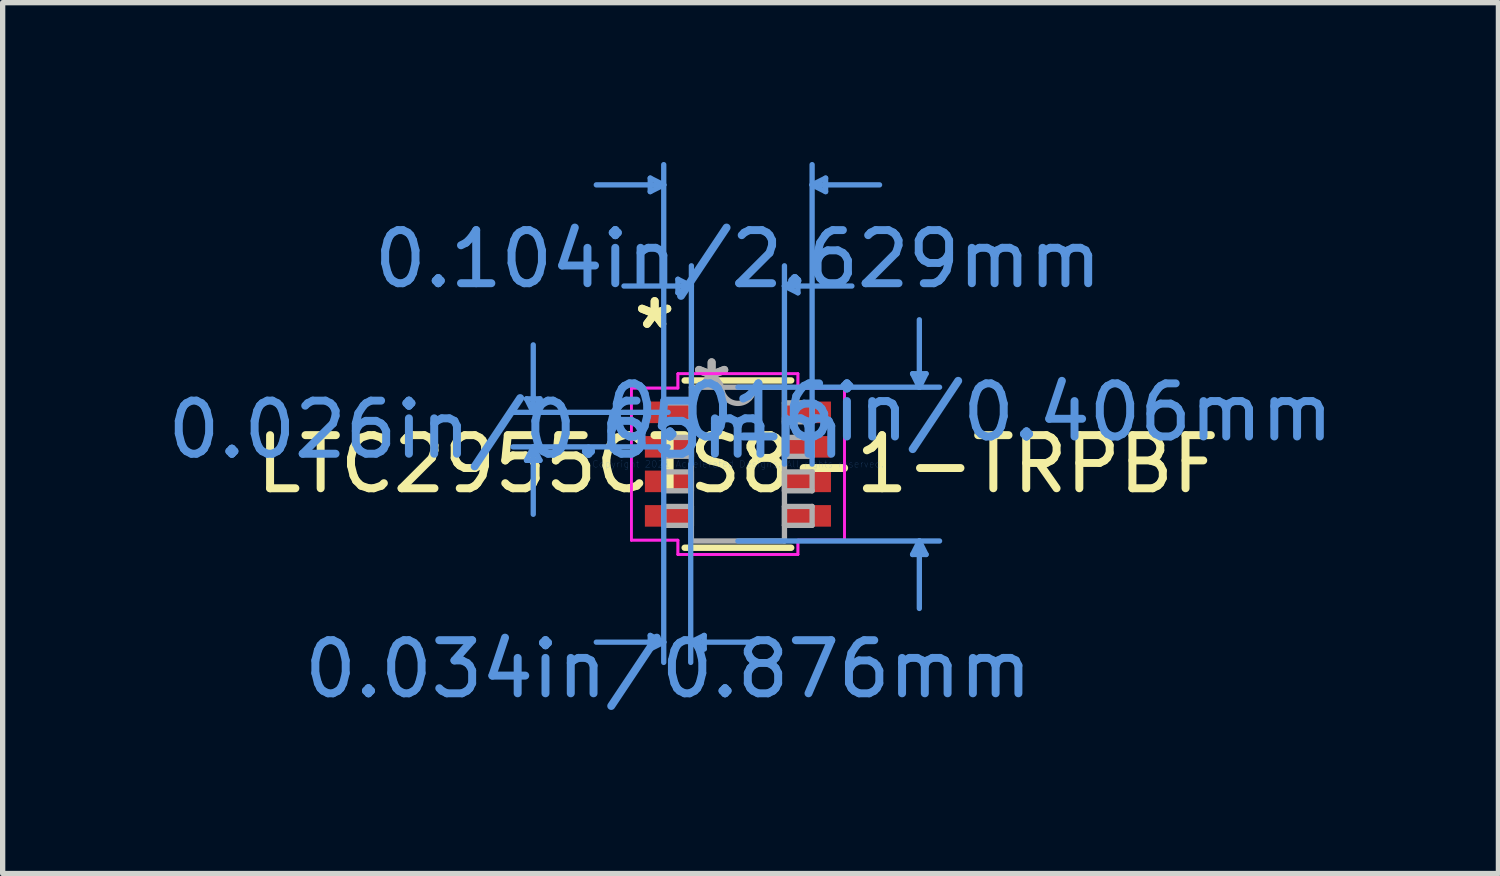
<source format=kicad_pcb>
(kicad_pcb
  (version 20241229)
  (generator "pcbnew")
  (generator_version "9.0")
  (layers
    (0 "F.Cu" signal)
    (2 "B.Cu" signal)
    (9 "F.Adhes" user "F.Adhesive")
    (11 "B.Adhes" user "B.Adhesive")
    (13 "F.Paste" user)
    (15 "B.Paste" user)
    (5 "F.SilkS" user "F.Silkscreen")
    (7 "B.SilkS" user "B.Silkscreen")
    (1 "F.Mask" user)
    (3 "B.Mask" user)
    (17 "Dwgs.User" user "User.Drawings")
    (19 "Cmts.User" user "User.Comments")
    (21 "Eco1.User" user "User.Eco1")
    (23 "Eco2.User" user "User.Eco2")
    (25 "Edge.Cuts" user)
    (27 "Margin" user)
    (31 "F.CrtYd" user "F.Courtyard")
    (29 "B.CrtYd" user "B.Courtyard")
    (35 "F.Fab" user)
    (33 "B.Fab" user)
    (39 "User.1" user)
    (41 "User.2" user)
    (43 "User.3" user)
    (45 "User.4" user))
  (footprint "LTC2955CTS8-1-TRPBF"
    (layer "F.Cu")
    (at 10.845 5.689)
    (property "Reference" "LTC2955CTS8-1-TRPBF" (at 0 0 0) (layer "F.SilkS") (effects (font (size 1 1) (thickness 0.15))))
    (attr through_hole)
    (fp_line (start -1.003 1.575) (end 1.003 1.575) (stroke (width 0.12) (type solid)) (layer "F.SilkS"))
    (fp_line (start 1.003 -1.575) (end -1.003 -1.575) (stroke (width 0.12) (type solid)) (layer "F.SilkS"))
    (fp_line (start -3.981 -1.229) (end -3.727 -1.229) (stroke (width 0.1) (type solid)) (layer "Cmts.User"))
    (fp_line (start -3.981 -0.071) (end -3.727 -0.071) (stroke (width 0.1) (type solid)) (layer "Cmts.User"))
    (fp_line (start -3.854 -0.975) (end -3.981 -1.229) (stroke (width 0.1) (type solid)) (layer "Cmts.User"))
    (fp_line (start -3.854 -0.975) (end -3.854 -2.245) (stroke (width 0.1) (type solid)) (layer "Cmts.User"))
    (fp_line (start -3.854 -0.975) (end -3.727 -1.229) (stroke (width 0.1) (type solid)) (layer "Cmts.User"))
    (fp_line (start -3.854 -0.325) (end -3.981 -0.071) (stroke (width 0.1) (type solid)) (layer "Cmts.User"))
    (fp_line (start -3.854 -0.325) (end -3.854 0.945) (stroke (width 0.1) (type solid)) (layer "Cmts.User"))
    (fp_line (start -3.854 -0.325) (end -3.727 -0.071) (stroke (width 0.1) (type solid)) (layer "Cmts.User"))
    (fp_line (start -1.651 -5.385) (end -1.651 -5.131) (stroke (width 0.1) (type solid)) (layer "Cmts.User"))
    (fp_line (start -1.651 3.226) (end -1.651 3.48) (stroke (width 0.1) (type solid)) (layer "Cmts.User"))
    (fp_line (start -1.397 -5.258) (end -2.667 -5.258) (stroke (width 0.1) (type solid)) (layer "Cmts.User"))
    (fp_line (start -1.397 -5.258) (end -1.651 -5.385) (stroke (width 0.1) (type solid)) (layer "Cmts.User"))
    (fp_line (start -1.397 -5.258) (end -1.651 -5.131) (stroke (width 0.1) (type solid)) (layer "Cmts.User"))
    (fp_line (start -1.397 0) (end -1.397 -5.639) (stroke (width 0.1) (type solid)) (layer "Cmts.User"))
    (fp_line (start -1.397 0) (end -1.397 3.734) (stroke (width 0.1) (type solid)) (layer "Cmts.User"))
    (fp_line (start -1.397 3.353) (end -2.667 3.353) (stroke (width 0.1) (type solid)) (layer "Cmts.User"))
    (fp_line (start -1.397 3.353) (end -1.651 3.226) (stroke (width 0.1) (type solid)) (layer "Cmts.User"))
    (fp_line (start -1.397 3.353) (end -1.651 3.48) (stroke (width 0.1) (type solid)) (layer "Cmts.User"))
    (fp_line (start -1.314 -0.975) (end -4.235 -0.975) (stroke (width 0.1) (type solid)) (layer "Cmts.User"))
    (fp_line (start -1.314 -0.325) (end -4.235 -0.325) (stroke (width 0.1) (type solid)) (layer "Cmts.User"))
    (fp_line (start -1.13 -3.48) (end -1.13 -3.226) (stroke (width 0.1) (type solid)) (layer "Cmts.User"))
    (fp_line (start -0.889 0) (end -0.889 3.734) (stroke (width 0.1) (type solid)) (layer "Cmts.User"))
    (fp_line (start -0.889 3.353) (end -0.635 3.226) (stroke (width 0.1) (type solid)) (layer "Cmts.User"))
    (fp_line (start -0.889 3.353) (end -0.635 3.48) (stroke (width 0.1) (type solid)) (layer "Cmts.User"))
    (fp_line (start -0.889 3.353) (end 0.381 3.353) (stroke (width 0.1) (type solid)) (layer "Cmts.User"))
    (fp_line (start -0.876 -3.353) (end -2.146 -3.353) (stroke (width 0.1) (type solid)) (layer "Cmts.User"))
    (fp_line (start -0.876 -3.353) (end -1.13 -3.48) (stroke (width 0.1) (type solid)) (layer "Cmts.User"))
    (fp_line (start -0.876 -3.353) (end -1.13 -3.226) (stroke (width 0.1) (type solid)) (layer "Cmts.User"))
    (fp_line (start -0.876 0) (end -0.876 -3.734) (stroke (width 0.1) (type solid)) (layer "Cmts.User"))
    (fp_line (start -0.635 3.226) (end -0.635 3.48) (stroke (width 0.1) (type solid)) (layer "Cmts.User"))
    (fp_line (start 0 -1.448) (end 3.797 -1.448) (stroke (width 0.1) (type solid)) (layer "Cmts.User"))
    (fp_line (start 0 1.448) (end 3.797 1.448) (stroke (width 0.1) (type solid)) (layer "Cmts.User"))
    (fp_line (start 0.876 -3.353) (end 1.13 -3.48) (stroke (width 0.1) (type solid)) (layer "Cmts.User"))
    (fp_line (start 0.876 -3.353) (end 1.13 -3.226) (stroke (width 0.1) (type solid)) (layer "Cmts.User"))
    (fp_line (start 0.876 -3.353) (end 2.146 -3.353) (stroke (width 0.1) (type solid)) (layer "Cmts.User"))
    (fp_line (start 0.876 0) (end 0.876 -3.734) (stroke (width 0.1) (type solid)) (layer "Cmts.User"))
    (fp_line (start 1.13 -3.48) (end 1.13 -3.226) (stroke (width 0.1) (type solid)) (layer "Cmts.User"))
    (fp_line (start 1.397 -5.258) (end 1.651 -5.385) (stroke (width 0.1) (type solid)) (layer "Cmts.User"))
    (fp_line (start 1.397 -5.258) (end 1.651 -5.131) (stroke (width 0.1) (type solid)) (layer "Cmts.User"))
    (fp_line (start 1.397 -5.258) (end 2.667 -5.258) (stroke (width 0.1) (type solid)) (layer "Cmts.User"))
    (fp_line (start 1.397 0) (end 1.397 -5.639) (stroke (width 0.1) (type solid)) (layer "Cmts.User"))
    (fp_line (start 1.651 -5.385) (end 1.651 -5.131) (stroke (width 0.1) (type solid)) (layer "Cmts.User"))
    (fp_line (start 3.289 -1.702) (end 3.543 -1.702) (stroke (width 0.1) (type solid)) (layer "Cmts.User"))
    (fp_line (start 3.289 1.702) (end 3.543 1.702) (stroke (width 0.1) (type solid)) (layer "Cmts.User"))
    (fp_line (start 3.416 -1.448) (end 3.289 -1.702) (stroke (width 0.1) (type solid)) (layer "Cmts.User"))
    (fp_line (start 3.416 -1.448) (end 3.416 -2.718) (stroke (width 0.1) (type solid)) (layer "Cmts.User"))
    (fp_line (start 3.416 -1.448) (end 3.543 -1.702) (stroke (width 0.1) (type solid)) (layer "Cmts.User"))
    (fp_line (start 3.416 1.448) (end 3.289 1.702) (stroke (width 0.1) (type solid)) (layer "Cmts.User"))
    (fp_line (start 3.416 1.448) (end 3.416 2.718) (stroke (width 0.1) (type solid)) (layer "Cmts.User"))
    (fp_line (start 3.416 1.448) (end 3.543 1.702) (stroke (width 0.1) (type solid)) (layer "Cmts.User"))
    (fp_line (start -2.007 -1.432) (end -1.13 -1.432) (stroke (width 0.05) (type solid)) (layer "F.CrtYd"))
    (fp_line (start -2.007 -1.432) (end -1.13 -1.432) (stroke (width 0.05) (type solid)) (layer "F.CrtYd"))
    (fp_line (start -2.007 1.432) (end -2.007 -1.432) (stroke (width 0.05) (type solid)) (layer "F.CrtYd"))
    (fp_line (start -2.007 1.432) (end -2.007 -1.432) (stroke (width 0.05) (type solid)) (layer "F.CrtYd"))
    (fp_line (start -2.007 1.432) (end -1.13 1.432) (stroke (width 0.05) (type solid)) (layer "F.CrtYd"))
    (fp_line (start -1.13 -1.702) (end 1.13 -1.702) (stroke (width 0.05) (type solid)) (layer "F.CrtYd"))
    (fp_line (start -1.13 -1.702) (end 1.13 -1.702) (stroke (width 0.05) (type solid)) (layer "F.CrtYd"))
    (fp_line (start -1.13 -1.432) (end -1.13 -1.702) (stroke (width 0.05) (type solid)) (layer "F.CrtYd"))
    (fp_line (start -1.13 -1.432) (end -1.13 -1.702) (stroke (width 0.05) (type solid)) (layer "F.CrtYd"))
    (fp_line (start -1.13 1.432) (end -2.007 1.432) (stroke (width 0.05) (type solid)) (layer "F.CrtYd"))
    (fp_line (start -1.13 1.702) (end -1.13 1.432) (stroke (width 0.05) (type solid)) (layer "F.CrtYd"))
    (fp_line (start -1.13 1.702) (end -1.13 1.432) (stroke (width 0.05) (type solid)) (layer "F.CrtYd"))
    (fp_line (start 1.13 -1.702) (end 1.13 -1.432) (stroke (width 0.05) (type solid)) (layer "F.CrtYd"))
    (fp_line (start 1.13 -1.702) (end 1.13 -1.432) (stroke (width 0.05) (type solid)) (layer "F.CrtYd"))
    (fp_line (start 1.13 -1.432) (end 2.007 -1.432) (stroke (width 0.05) (type solid)) (layer "F.CrtYd"))
    (fp_line (start 1.13 1.432) (end 1.13 1.702) (stroke (width 0.05) (type solid)) (layer "F.CrtYd"))
    (fp_line (start 1.13 1.432) (end 1.13 1.702) (stroke (width 0.05) (type solid)) (layer "F.CrtYd"))
    (fp_line (start 1.13 1.702) (end -1.13 1.702) (stroke (width 0.05) (type solid)) (layer "F.CrtYd"))
    (fp_line (start 1.13 1.702) (end -1.13 1.702) (stroke (width 0.05) (type solid)) (layer "F.CrtYd"))
    (fp_line (start 2.007 -1.432) (end 1.13 -1.432) (stroke (width 0.05) (type solid)) (layer "F.CrtYd"))
    (fp_line (start 2.007 -1.432) (end 2.007 1.432) (stroke (width 0.05) (type solid)) (layer "F.CrtYd"))
    (fp_line (start 2.007 -1.432) (end 2.007 1.432) (stroke (width 0.05) (type solid)) (layer "F.CrtYd"))
    (fp_line (start 2.007 1.432) (end 1.13 1.432) (stroke (width 0.05) (type solid)) (layer "F.CrtYd"))
    (fp_line (start 2.007 1.432) (end 1.13 1.432) (stroke (width 0.05) (type solid)) (layer "F.CrtYd"))
    (fp_line (start -1.397 -1.153) (end -1.397 -0.797) (stroke (width 0.1) (type solid)) (layer "F.Fab"))
    (fp_line (start -1.397 -0.797) (end -0.876 -0.797) (stroke (width 0.1) (type solid)) (layer "F.Fab"))
    (fp_line (start -1.397 -0.503) (end -1.397 -0.147) (stroke (width 0.1) (type solid)) (layer "F.Fab"))
    (fp_line (start -1.397 -0.147) (end -0.876 -0.147) (stroke (width 0.1) (type solid)) (layer "F.Fab"))
    (fp_line (start -1.397 0.147) (end -1.397 0.503) (stroke (width 0.1) (type solid)) (layer "F.Fab"))
    (fp_line (start -1.397 0.503) (end -0.876 0.503) (stroke (width 0.1) (type solid)) (layer "F.Fab"))
    (fp_line (start -1.397 0.797) (end -1.397 1.153) (stroke (width 0.1) (type solid)) (layer "F.Fab"))
    (fp_line (start -1.397 1.153) (end -0.876 1.153) (stroke (width 0.1) (type solid)) (layer "F.Fab"))
    (fp_line (start -0.876 -1.448) (end -0.876 1.448) (stroke (width 0.1) (type solid)) (layer "F.Fab"))
    (fp_line (start -0.876 -1.153) (end -1.397 -1.153) (stroke (width 0.1) (type solid)) (layer "F.Fab"))
    (fp_line (start -0.876 -0.797) (end -0.876 -1.153) (stroke (width 0.1) (type solid)) (layer "F.Fab"))
    (fp_line (start -0.876 -0.503) (end -1.397 -0.503) (stroke (width 0.1) (type solid)) (layer "F.Fab"))
    (fp_line (start -0.876 -0.147) (end -0.876 -0.503) (stroke (width 0.1) (type solid)) (layer "F.Fab"))
    (fp_line (start -0.876 0.147) (end -1.397 0.147) (stroke (width 0.1) (type solid)) (layer "F.Fab"))
    (fp_line (start -0.876 0.503) (end -0.876 0.147) (stroke (width 0.1) (type solid)) (layer "F.Fab"))
    (fp_line (start -0.876 0.797) (end -1.397 0.797) (stroke (width 0.1) (type solid)) (layer "F.Fab"))
    (fp_line (start -0.876 1.153) (end -0.876 0.797) (stroke (width 0.1) (type solid)) (layer "F.Fab"))
    (fp_line (start -0.876 1.448) (end 0.876 1.448) (stroke (width 0.1) (type solid)) (layer "F.Fab"))
    (fp_line (start 0.876 -1.448) (end -0.876 -1.448) (stroke (width 0.1) (type solid)) (layer "F.Fab"))
    (fp_line (start 0.876 -1.153) (end 0.876 -0.797) (stroke (width 0.1) (type solid)) (layer "F.Fab"))
    (fp_line (start 0.876 -0.797) (end 1.397 -0.797) (stroke (width 0.1) (type solid)) (layer "F.Fab"))
    (fp_line (start 0.876 -0.503) (end 0.876 -0.147) (stroke (width 0.1) (type solid)) (layer "F.Fab"))
    (fp_line (start 0.876 -0.147) (end 1.397 -0.147) (stroke (width 0.1) (type solid)) (layer "F.Fab"))
    (fp_line (start 0.876 0.147) (end 0.876 0.503) (stroke (width 0.1) (type solid)) (layer "F.Fab"))
    (fp_line (start 0.876 0.503) (end 1.397 0.503) (stroke (width 0.1) (type solid)) (layer "F.Fab"))
    (fp_line (start 0.876 0.797) (end 0.876 1.153) (stroke (width 0.1) (type solid)) (layer "F.Fab"))
    (fp_line (start 0.876 1.153) (end 1.397 1.153) (stroke (width 0.1) (type solid)) (layer "F.Fab"))
    (fp_line (start 0.876 1.448) (end 0.876 -1.448) (stroke (width 0.1) (type solid)) (layer "F.Fab"))
    (fp_line (start 1.397 -1.153) (end 0.876 -1.153) (stroke (width 0.1) (type solid)) (layer "F.Fab"))
    (fp_line (start 1.397 -0.797) (end 1.397 -1.153) (stroke (width 0.1) (type solid)) (layer "F.Fab"))
    (fp_line (start 1.397 -0.503) (end 0.876 -0.503) (stroke (width 0.1) (type solid)) (layer "F.Fab"))
    (fp_line (start 1.397 -0.147) (end 1.397 -0.503) (stroke (width 0.1) (type solid)) (layer "F.Fab"))
    (fp_line (start 1.397 0.147) (end 0.876 0.147) (stroke (width 0.1) (type solid)) (layer "F.Fab"))
    (fp_line (start 1.397 0.503) (end 1.397 0.147) (stroke (width 0.1) (type solid)) (layer "F.Fab"))
    (fp_line (start 1.397 0.797) (end 0.876 0.797) (stroke (width 0.1) (type solid)) (layer "F.Fab"))
    (fp_line (start 1.397 1.153) (end 1.397 0.797) (stroke (width 0.1) (type solid)) (layer "F.Fab"))
    (fp_arc (start 0.3048 -1.4478) (mid 0 -1.143) (end -0.3048 -1.4478) (stroke (width 0.1) (type solid)) (layer "F.Fab"))
    (fp_text user "*" (at -1.568 -2.524 0) (layer "F.SilkS") (effects (font (size 1 1) (thickness 0.15))))
    (fp_text user "*" (at -1.568 -2.524 0) (layer "F.SilkS") (effects (font (size 1 1) (thickness 0.15))))
    (fp_text user "Copyright 2021 Accelerated Designs. All rights reserved." (at 0 0 0) (layer "Cmts.User") (effects (font (size 0.127 0.127) (thickness 0.002))))
    (fp_text user "0.104in/2.629mm" (at 0 -3.861 0) (layer "Cmts.User") (effects (font (size 1 1) (thickness 0.15))))
    (fp_text user "0.026in/0.65mm" (at -4.362 -0.65 0) (layer "Cmts.User") (effects (font (size 1 1) (thickness 0.15))))
    (fp_text user "0.034in/0.876mm" (at -1.314 3.861 0) (layer "Cmts.User") (effects (font (size 1 1) (thickness 0.15))))
    (fp_text user "0.016in/0.406mm" (at 4.362 -0.975 0) (layer "Cmts.User") (effects (font (size 1 1) (thickness 0.15))))
    (fp_text user "*" (at -0.495 -1.372 0) (layer "F.Fab") (effects (font (size 1 1) (thickness 0.15))))
    (fp_text user "*" (at -0.495 -1.372 0) (layer "F.Fab") (effects (font (size 1 1) (thickness 0.15))))
    (pad "1" smd rect (at -1.314 -0.975) (size 0.876 0.406) (layers "F.Cu" "F.Mask" "F.Paste"))
    (pad "2" smd rect (at -1.314 -0.325) (size 0.876 0.406) (layers "F.Cu" "F.Mask" "F.Paste"))
    (pad "3" smd rect (at -1.314 0.325) (size 0.876 0.406) (layers "F.Cu" "F.Mask" "F.Paste"))
    (pad "4" smd rect (at -1.314 0.975) (size 0.876 0.406) (layers "F.Cu" "F.Mask" "F.Paste"))
    (pad "5" smd rect (at 1.314 0.975) (size 0.876 0.406) (layers "F.Cu" "F.Mask" "F.Paste"))
    (pad "6" smd rect (at 1.314 0.325) (size 0.876 0.406) (layers "F.Cu" "F.Mask" "F.Paste"))
    (pad "7" smd rect (at 1.314 -0.325) (size 0.876 0.406) (layers "F.Cu" "F.Mask" "F.Paste"))
    (pad "8" smd rect (at 1.314 -0.975) (size 0.876 0.406) (layers "F.Cu" "F.Mask" "F.Paste")))
  (gr_rect
    (start -3 -3)
    (end 25.165 13.398)
    (stroke (width 0.1) (type default))
    (fill no)
    (layer "Edge.Cuts")))
</source>
